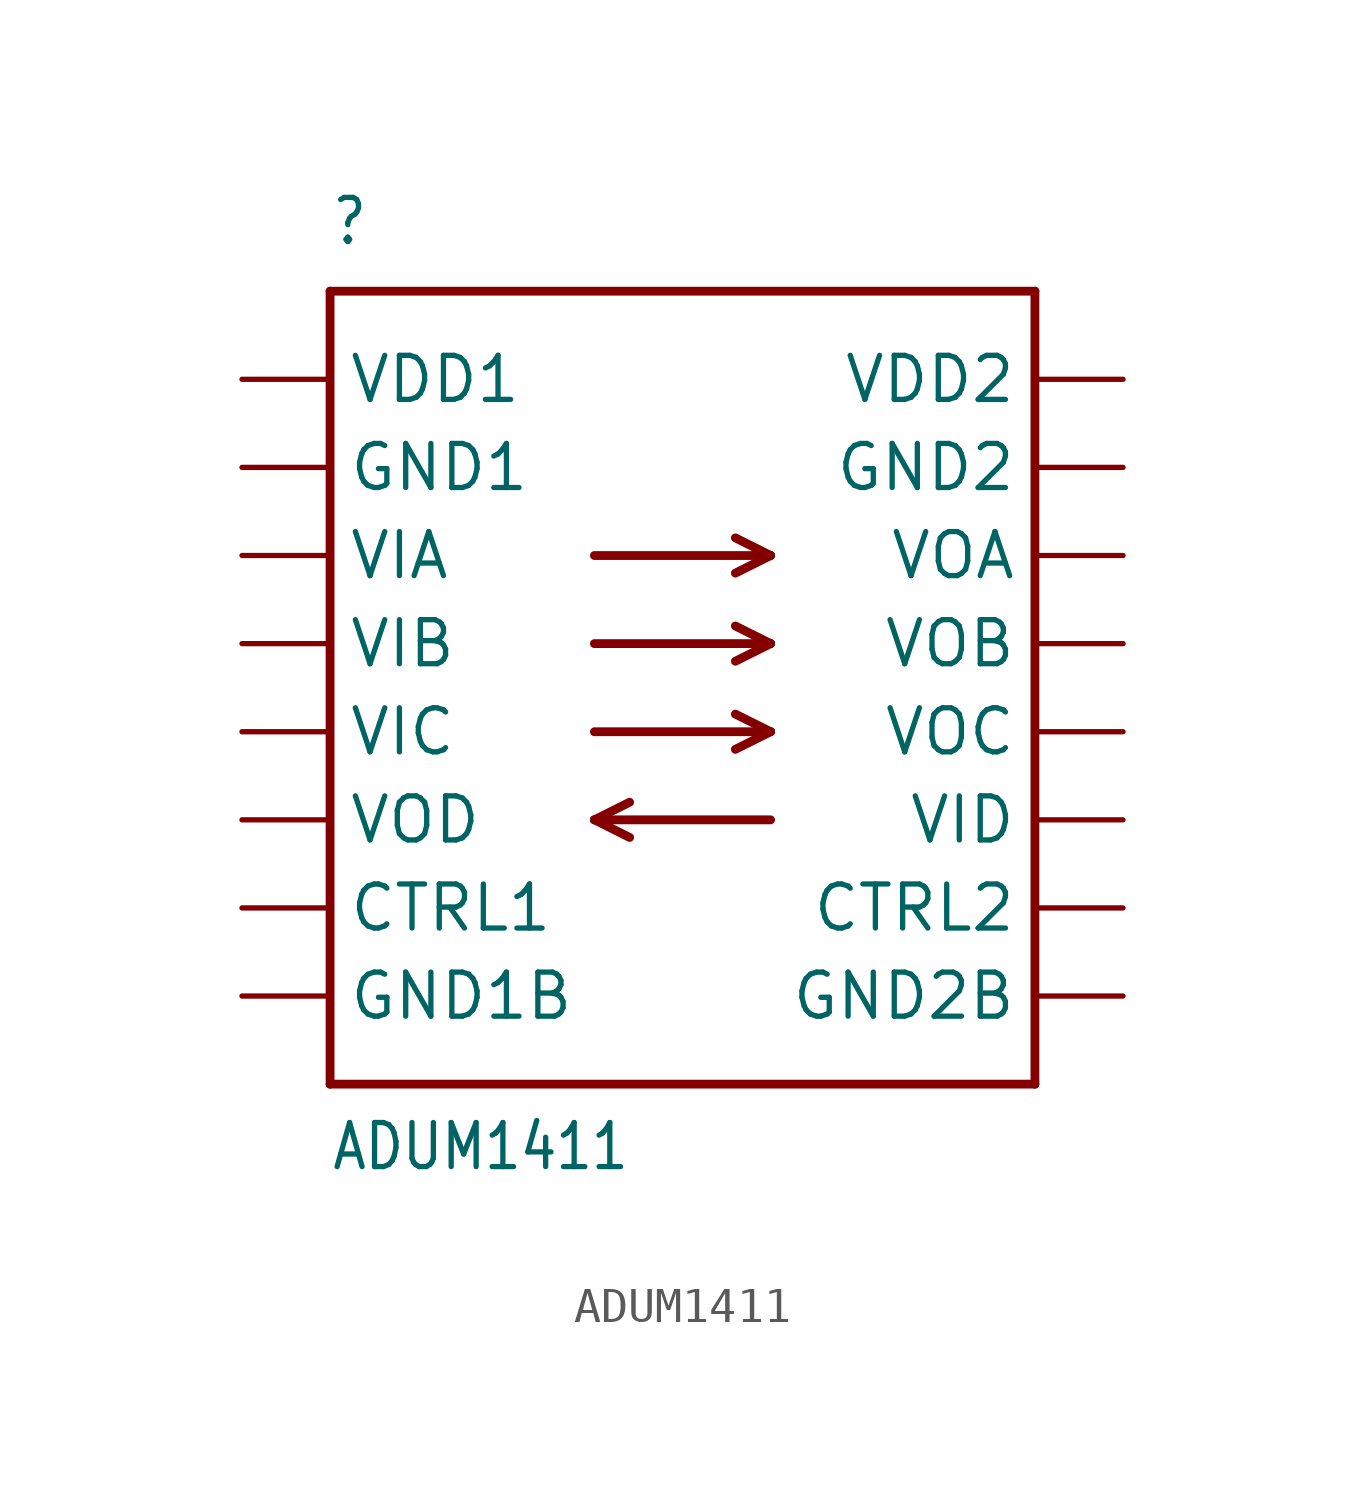
<source format=kicad_sym>
(kicad_symbol_lib
  (version 20211014)
  (generator kicad_symbol_editor)
  (symbol "ADUM1411"
    (property "Reference" ""
      (at -10.16 13.97 0)
      (effects (font (size 1.27 1.079)) (justify left bottom)))
    (property "Value" "ADUM1411"
      (at -10.16 -12.7 0)
      (effects (font (size 1.27 1.079)) (justify left bottom)))
    (property "ki_locked" ""
      (at 0 0 0)
      (effects (font (size 1.27 1.27))))
    (symbol "ADUM1411_1_0"
      (polyline (pts (xy -10.16 -10.16) (xy -10.16 12.7)) (stroke (width 0.254) (type default) (color 0 0 0 0)) (fill (type none)))
      (polyline (pts (xy -10.16 12.7) (xy 10.16 12.7)) (stroke (width 0.254) (type default) (color 0 0 0 0)) (fill (type none)))
      (polyline (pts (xy -2.54 -2.54) (xy -1.524 -3.048)) (stroke (width 0.254) (type default) (color 0 0 0 0)) (fill (type none)))
      (polyline (pts (xy -2.54 -2.54) (xy -1.524 -2.032)) (stroke (width 0.254) (type default) (color 0 0 0 0)) (fill (type none)))
      (polyline (pts (xy -2.54 0) (xy 2.54 0)) (stroke (width 0.254) (type default) (color 0 0 0 0)) (fill (type none)))
      (polyline (pts (xy -2.54 5.08) (xy 2.54 5.08)) (stroke (width 0.254) (type default) (color 0 0 0 0)) (fill (type none)))
      (polyline (pts (xy 2.54 -2.54) (xy -2.54 -2.54)) (stroke (width 0.254) (type default) (color 0 0 0 0)) (fill (type none)))
      (polyline (pts (xy 2.54 0) (xy 1.524 -0.508)) (stroke (width 0.254) (type default) (color 0 0 0 0)) (fill (type none)))
      (polyline (pts (xy 2.54 0) (xy 1.524 0.508)) (stroke (width 0.254) (type default) (color 0 0 0 0)) (fill (type none)))
      (polyline (pts (xy 2.54 2.54) (xy -2.54 2.54)) (stroke (width 0.254) (type default) (color 0 0 0 0)) (fill (type none)))
      (polyline (pts (xy 2.54 2.54) (xy 1.524 2.032)) (stroke (width 0.254) (type default) (color 0 0 0 0)) (fill (type none)))
      (polyline (pts (xy 2.54 2.54) (xy 1.524 3.048)) (stroke (width 0.254) (type default) (color 0 0 0 0)) (fill (type none)))
      (polyline (pts (xy 2.54 5.08) (xy 1.524 4.572)) (stroke (width 0.254) (type default) (color 0 0 0 0)) (fill (type none)))
      (polyline (pts (xy 2.54 5.08) (xy 1.524 5.588)) (stroke (width 0.254) (type default) (color 0 0 0 0)) (fill (type none)))
      (polyline (pts (xy 10.16 -10.16) (xy -10.16 -10.16)) (stroke (width 0.254) (type default) (color 0 0 0 0)) (fill (type none)))
      (polyline (pts (xy 10.16 12.7) (xy 10.16 -10.16)) (stroke (width 0.254) (type default) (color 0 0 0 0)) (fill (type none)))
      (pin bidirectional line (at -12.7 10.16 0) (length 2.54) (name "VDD1" (effects (font (size 1.27 1.27)))) (number "1" (effects (font (size 0 0)))))
      (pin bidirectional line (at 12.7 -5.08 180) (length 2.54) (name "CTRL2" (effects (font (size 1.27 1.27)))) (number "10" (effects (font (size 0 0)))))
      (pin bidirectional line (at 12.7 -2.54 180) (length 2.54) (name "VID" (effects (font (size 1.27 1.27)))) (number "11" (effects (font (size 0 0)))))
      (pin bidirectional line (at 12.7 0 180) (length 2.54) (name "VOC" (effects (font (size 1.27 1.27)))) (number "12" (effects (font (size 0 0)))))
      (pin bidirectional line (at 12.7 2.54 180) (length 2.54) (name "VOB" (effects (font (size 1.27 1.27)))) (number "13" (effects (font (size 0 0)))))
      (pin bidirectional line (at 12.7 5.08 180) (length 2.54) (name "VOA" (effects (font (size 1.27 1.27)))) (number "14" (effects (font (size 0 0)))))
      (pin bidirectional line (at 12.7 7.62 180) (length 2.54) (name "GND2" (effects (font (size 1.27 1.27)))) (number "15" (effects (font (size 0 0)))))
      (pin bidirectional line (at 12.7 10.16 180) (length 2.54) (name "VDD2" (effects (font (size 1.27 1.27)))) (number "16" (effects (font (size 0 0)))))
      (pin bidirectional line (at -12.7 7.62 0) (length 2.54) (name "GND1" (effects (font (size 1.27 1.27)))) (number "2" (effects (font (size 0 0)))))
      (pin bidirectional line (at -12.7 5.08 0) (length 2.54) (name "VIA" (effects (font (size 1.27 1.27)))) (number "3" (effects (font (size 0 0)))))
      (pin bidirectional line (at -12.7 2.54 0) (length 2.54) (name "VIB" (effects (font (size 1.27 1.27)))) (number "4" (effects (font (size 0 0)))))
      (pin bidirectional line (at -12.7 0 0) (length 2.54) (name "VIC" (effects (font (size 1.27 1.27)))) (number "5" (effects (font (size 0 0)))))
      (pin bidirectional line (at -12.7 -2.54 0) (length 2.54) (name "VOD" (effects (font (size 1.27 1.27)))) (number "6" (effects (font (size 0 0)))))
      (pin bidirectional line (at -12.7 -5.08 0) (length 2.54) (name "CTRL1" (effects (font (size 1.27 1.27)))) (number "7" (effects (font (size 0 0)))))
      (pin bidirectional line (at -12.7 -7.62 0) (length 2.54) (name "GND1B" (effects (font (size 1.27 1.27)))) (number "8" (effects (font (size 0 0)))))
      (pin bidirectional line (at 12.7 -7.62 180) (length 2.54) (name "GND2B" (effects (font (size 1.27 1.27)))) (number "9" (effects (font (size 0 0))))))))
</source>
